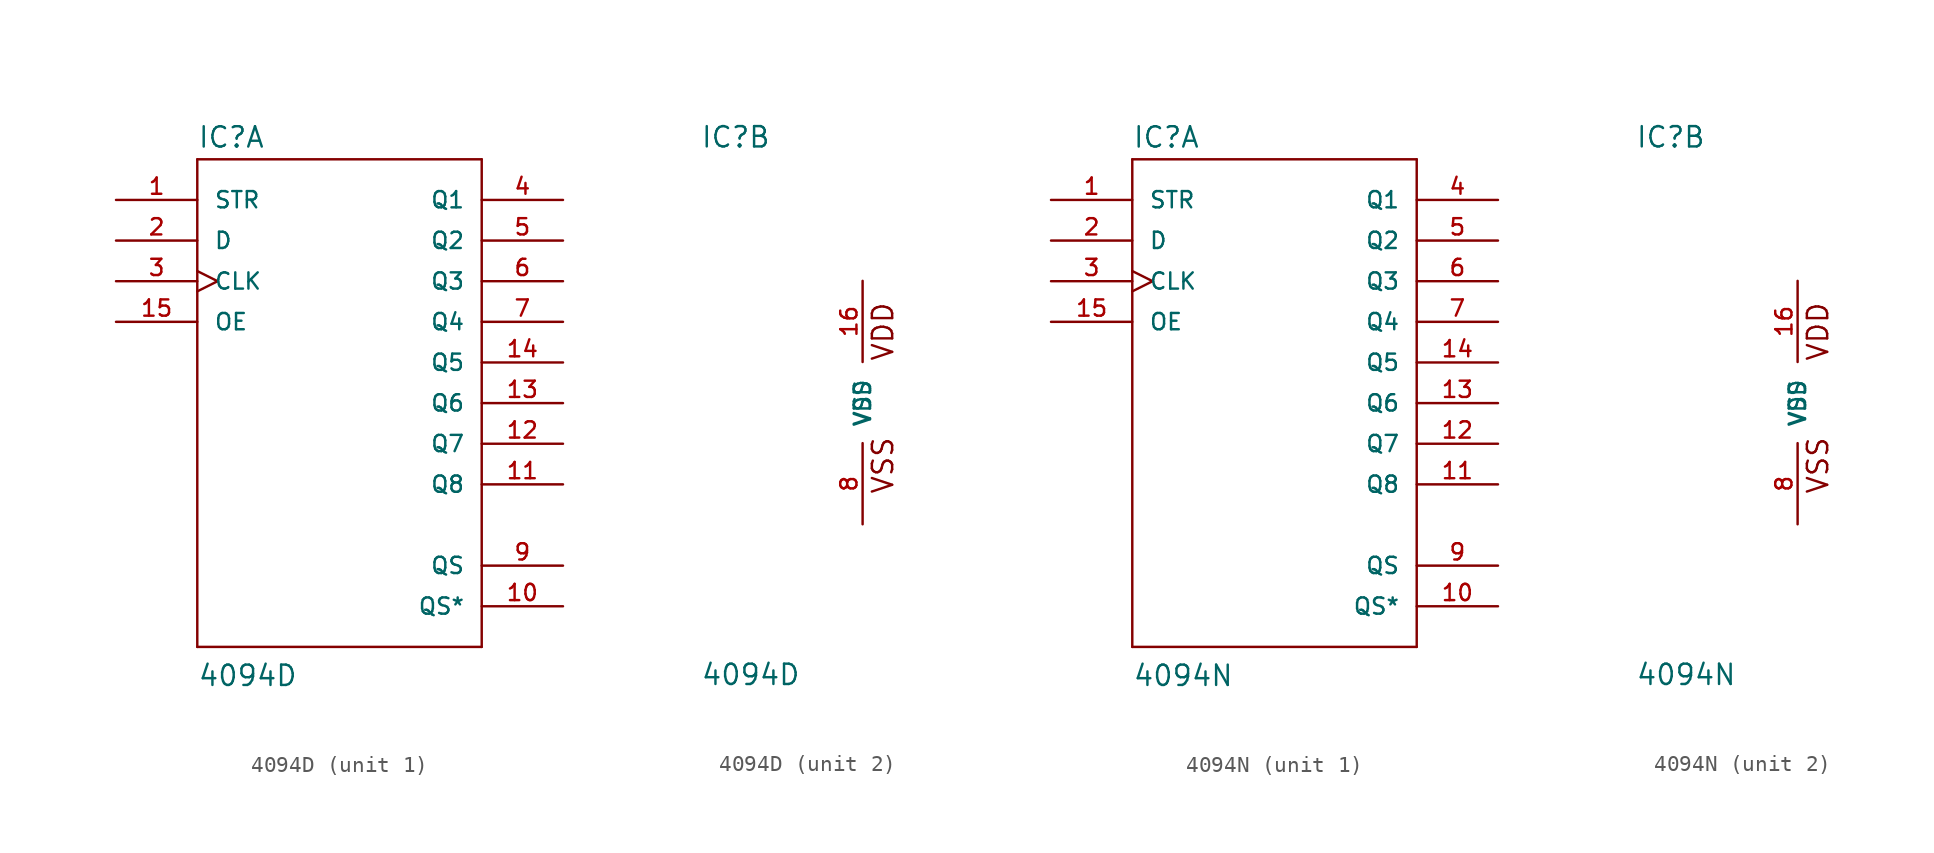
<source format=kicad_sym>
(kicad_symbol_lib
  (version 20220914)
  (generator kicad_symbol_editor)
  (symbol "4094D"
    (pin_names
      (offset 1.016))
    (property "Reference" "IC"
      (at -10.16 15.875 0)
      (effects (font (size 1.27 1.27)) (justify left bottom)))
    (property "Value" "4094D"
      (at -10.16 -17.78 0)
      (effects (font (size 1.27 1.27)) (justify left bottom)))
    (property "ki_locked" ""
      (at 0 0 0)
      (effects (font (size 1.27 1.27))))
    (symbol "4094D_1_0"
      (polyline (pts (xy -10.16 -15.24) (xy 7.62 -15.24)) (stroke (width 0) (type default)) (fill (type none)))
      (polyline (pts (xy -10.16 15.24) (xy -10.16 -15.24)) (stroke (width 0) (type default)) (fill (type none)))
      (polyline (pts (xy 7.62 -15.24) (xy 7.62 15.24)) (stroke (width 0) (type default)) (fill (type none)))
      (polyline (pts (xy 7.62 15.24) (xy -10.16 15.24)) (stroke (width 0) (type default)) (fill (type none))))
    (symbol "4094D_1_1"
      (pin input line (at -15.24 12.7 0) (length 5.08) (name "STR" (effects (font (size 1.016 1.016)))) (number "1" (effects (font (size 1.016 1.016)))))
      (pin output line (at 12.7 -12.7 180) (length 5.08) (name "QS*" (effects (font (size 1.016 1.016)))) (number "10" (effects (font (size 1.016 1.016)))))
      (pin output line (at 12.7 -5.08 180) (length 5.08) (name "Q8" (effects (font (size 1.016 1.016)))) (number "11" (effects (font (size 1.016 1.016)))))
      (pin output line (at 12.7 -2.54 180) (length 5.08) (name "Q7" (effects (font (size 1.016 1.016)))) (number "12" (effects (font (size 1.016 1.016)))))
      (pin output line (at 12.7 0 180) (length 5.08) (name "Q6" (effects (font (size 1.016 1.016)))) (number "13" (effects (font (size 1.016 1.016)))))
      (pin output line (at 12.7 2.54 180) (length 5.08) (name "Q5" (effects (font (size 1.016 1.016)))) (number "14" (effects (font (size 1.016 1.016)))))
      (pin input line (at -15.24 5.08 0) (length 5.08) (name "OE" (effects (font (size 1.016 1.016)))) (number "15" (effects (font (size 1.016 1.016)))))
      (pin input line (at -15.24 10.16 0) (length 5.08) (name "D" (effects (font (size 1.016 1.016)))) (number "2" (effects (font (size 1.016 1.016)))))
      (pin input clock (at -15.24 7.62 0) (length 5.08) (name "CLK" (effects (font (size 1.016 1.016)))) (number "3" (effects (font (size 1.016 1.016)))))
      (pin output line (at 12.7 12.7 180) (length 5.08) (name "Q1" (effects (font (size 1.016 1.016)))) (number "4" (effects (font (size 1.016 1.016)))))
      (pin output line (at 12.7 10.16 180) (length 5.08) (name "Q2" (effects (font (size 1.016 1.016)))) (number "5" (effects (font (size 1.016 1.016)))))
      (pin output line (at 12.7 7.62 180) (length 5.08) (name "Q3" (effects (font (size 1.016 1.016)))) (number "6" (effects (font (size 1.016 1.016)))))
      (pin output line (at 12.7 5.08 180) (length 5.08) (name "Q4" (effects (font (size 1.016 1.016)))) (number "7" (effects (font (size 1.016 1.016)))))
      (pin output line (at 12.7 -10.16 180) (length 5.08) (name "QS" (effects (font (size 1.016 1.016)))) (number "9" (effects (font (size 1.016 1.016))))))
    (symbol "4094D_2_0"
      (text "VDD" (at 1.27 4.445 1) (effects (font (size 1.27 1.27))))
      (text "VSS" (at 1.27 -3.937 1) (effects (font (size 1.27 1.27)))))
    (symbol "4094D_2_1"
      (pin power_in line (at 0 7.62 270) (length 5.08) (name "VDD" (effects (font (size 1.016 1.016)))) (number "16" (effects (font (size 1.016 1.016)))))
      (pin power_in line (at 0 -7.62 90) (length 5.08) (name "VSS" (effects (font (size 1.016 1.016)))) (number "8" (effects (font (size 1.016 1.016)))))))
  (symbol "4094N"
    (pin_names
      (offset 1.016))
    (property "Reference" "IC"
      (at -10.16 15.875 0)
      (effects (font (size 1.27 1.27)) (justify left bottom)))
    (property "Value" "4094N"
      (at -10.16 -17.78 0)
      (effects (font (size 1.27 1.27)) (justify left bottom)))
    (property "ki_locked" ""
      (at 0 0 0)
      (effects (font (size 1.27 1.27))))
    (symbol "4094N_1_0"
      (polyline (pts (xy -10.16 -15.24) (xy 7.62 -15.24)) (stroke (width 0) (type default)) (fill (type none)))
      (polyline (pts (xy -10.16 15.24) (xy -10.16 -15.24)) (stroke (width 0) (type default)) (fill (type none)))
      (polyline (pts (xy 7.62 -15.24) (xy 7.62 15.24)) (stroke (width 0) (type default)) (fill (type none)))
      (polyline (pts (xy 7.62 15.24) (xy -10.16 15.24)) (stroke (width 0) (type default)) (fill (type none))))
    (symbol "4094N_1_1"
      (pin input line (at -15.24 12.7 0) (length 5.08) (name "STR" (effects (font (size 1.016 1.016)))) (number "1" (effects (font (size 1.016 1.016)))))
      (pin output line (at 12.7 -12.7 180) (length 5.08) (name "QS*" (effects (font (size 1.016 1.016)))) (number "10" (effects (font (size 1.016 1.016)))))
      (pin output line (at 12.7 -5.08 180) (length 5.08) (name "Q8" (effects (font (size 1.016 1.016)))) (number "11" (effects (font (size 1.016 1.016)))))
      (pin output line (at 12.7 -2.54 180) (length 5.08) (name "Q7" (effects (font (size 1.016 1.016)))) (number "12" (effects (font (size 1.016 1.016)))))
      (pin output line (at 12.7 0 180) (length 5.08) (name "Q6" (effects (font (size 1.016 1.016)))) (number "13" (effects (font (size 1.016 1.016)))))
      (pin output line (at 12.7 2.54 180) (length 5.08) (name "Q5" (effects (font (size 1.016 1.016)))) (number "14" (effects (font (size 1.016 1.016)))))
      (pin input line (at -15.24 5.08 0) (length 5.08) (name "OE" (effects (font (size 1.016 1.016)))) (number "15" (effects (font (size 1.016 1.016)))))
      (pin input line (at -15.24 10.16 0) (length 5.08) (name "D" (effects (font (size 1.016 1.016)))) (number "2" (effects (font (size 1.016 1.016)))))
      (pin input clock (at -15.24 7.62 0) (length 5.08) (name "CLK" (effects (font (size 1.016 1.016)))) (number "3" (effects (font (size 1.016 1.016)))))
      (pin output line (at 12.7 12.7 180) (length 5.08) (name "Q1" (effects (font (size 1.016 1.016)))) (number "4" (effects (font (size 1.016 1.016)))))
      (pin output line (at 12.7 10.16 180) (length 5.08) (name "Q2" (effects (font (size 1.016 1.016)))) (number "5" (effects (font (size 1.016 1.016)))))
      (pin output line (at 12.7 7.62 180) (length 5.08) (name "Q3" (effects (font (size 1.016 1.016)))) (number "6" (effects (font (size 1.016 1.016)))))
      (pin output line (at 12.7 5.08 180) (length 5.08) (name "Q4" (effects (font (size 1.016 1.016)))) (number "7" (effects (font (size 1.016 1.016)))))
      (pin output line (at 12.7 -10.16 180) (length 5.08) (name "QS" (effects (font (size 1.016 1.016)))) (number "9" (effects (font (size 1.016 1.016))))))
    (symbol "4094N_2_0"
      (text "VDD" (at 1.27 4.445 1) (effects (font (size 1.27 1.27))))
      (text "VSS" (at 1.27 -3.937 1) (effects (font (size 1.27 1.27)))))
    (symbol "4094N_2_1"
      (pin power_in line (at 0 7.62 270) (length 5.08) (name "VDD" (effects (font (size 1.016 1.016)))) (number "16" (effects (font (size 1.016 1.016)))))
      (pin power_in line (at 0 -7.62 90) (length 5.08) (name "VSS" (effects (font (size 1.016 1.016)))) (number "8" (effects (font (size 1.016 1.016))))))))
</source>
